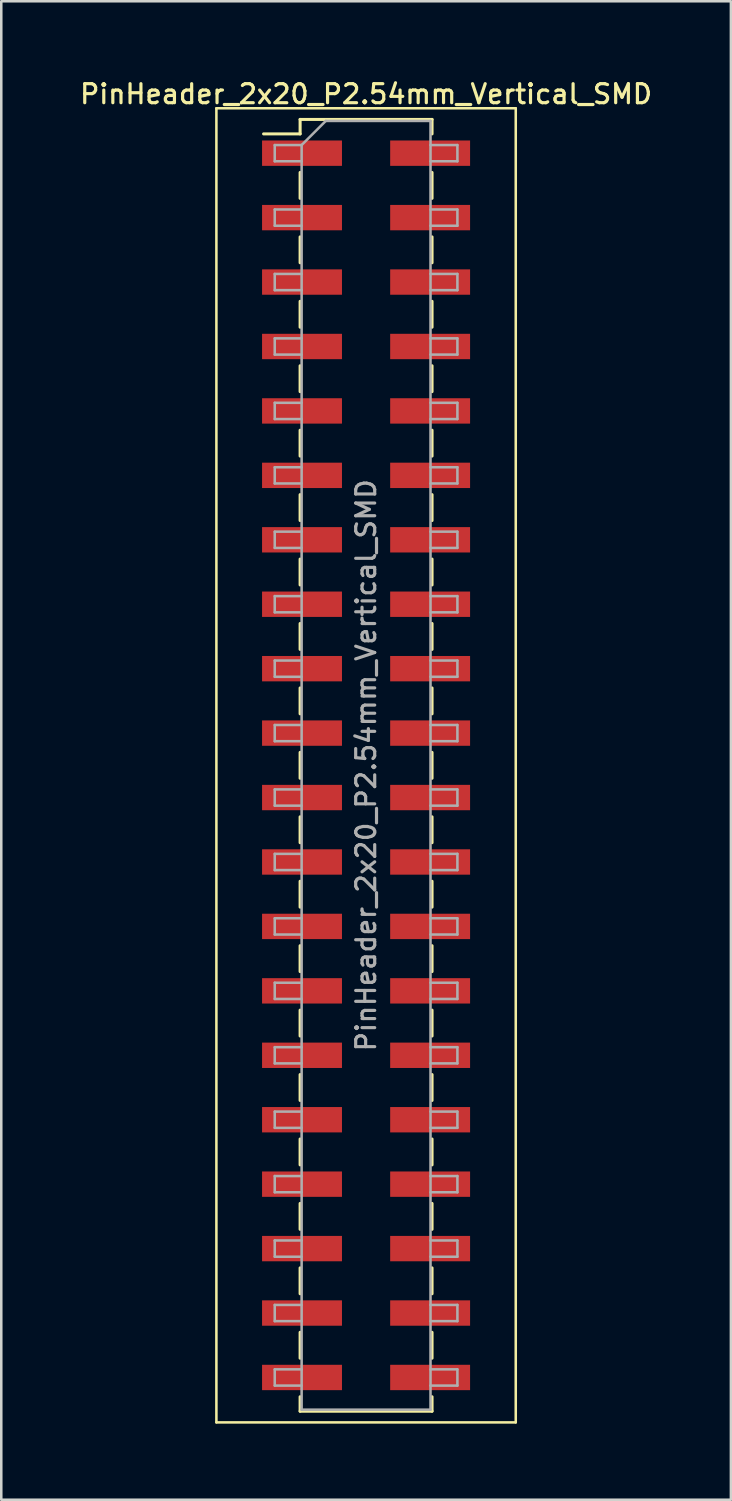
<source format=kicad_pcb>
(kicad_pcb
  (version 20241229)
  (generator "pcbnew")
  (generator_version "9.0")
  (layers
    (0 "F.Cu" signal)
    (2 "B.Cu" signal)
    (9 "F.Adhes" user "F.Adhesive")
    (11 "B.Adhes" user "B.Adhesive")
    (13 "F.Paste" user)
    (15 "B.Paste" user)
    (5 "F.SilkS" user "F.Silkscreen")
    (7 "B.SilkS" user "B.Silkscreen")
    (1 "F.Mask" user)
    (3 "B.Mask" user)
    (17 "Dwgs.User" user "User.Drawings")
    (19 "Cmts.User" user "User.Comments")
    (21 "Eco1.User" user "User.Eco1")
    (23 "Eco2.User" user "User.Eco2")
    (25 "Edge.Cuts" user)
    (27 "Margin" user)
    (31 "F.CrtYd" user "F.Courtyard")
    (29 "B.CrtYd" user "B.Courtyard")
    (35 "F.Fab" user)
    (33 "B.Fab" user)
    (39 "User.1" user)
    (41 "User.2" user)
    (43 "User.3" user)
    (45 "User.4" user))
  (footprint "PinHeader_2x20_P2.54mm_Vertical_SMD"
    (layer "F.Cu")
    (at 11.38 27.118)
    (property "Reference" "PinHeader_2x20_P2.54mm_Vertical_SMD" (at 0 -26.46 0) (layer "F.SilkS") (effects (font (size 0.75 0.75) (thickness 0.125))))
    (attr smd)
    (fp_line (start -5.9 -25.9) (end -5.9 25.9) (stroke (width 0.1) (type solid)) (layer "F.SilkS"))
    (fp_line (start -5.9 25.9) (end 5.9 25.9) (stroke (width 0.1) (type solid)) (layer "F.SilkS"))
    (fp_line (start -4.04 -24.89) (end -2.6 -24.89) (stroke (width 0.12) (type solid)) (layer "F.SilkS"))
    (fp_line (start -2.6 -25.46) (end -2.6 -24.89) (stroke (width 0.12) (type solid)) (layer "F.SilkS"))
    (fp_line (start -2.6 -25.46) (end 2.6 -25.46) (stroke (width 0.12) (type solid)) (layer "F.SilkS"))
    (fp_line (start -2.6 -23.37) (end -2.6 -22.35) (stroke (width 0.12) (type solid)) (layer "F.SilkS"))
    (fp_line (start -2.6 -20.83) (end -2.6 -19.81) (stroke (width 0.12) (type solid)) (layer "F.SilkS"))
    (fp_line (start -2.6 -18.29) (end -2.6 -17.27) (stroke (width 0.12) (type solid)) (layer "F.SilkS"))
    (fp_line (start -2.6 -15.75) (end -2.6 -14.73) (stroke (width 0.12) (type solid)) (layer "F.SilkS"))
    (fp_line (start -2.6 -13.21) (end -2.6 -12.19) (stroke (width 0.12) (type solid)) (layer "F.SilkS"))
    (fp_line (start -2.6 -10.67) (end -2.6 -9.65) (stroke (width 0.12) (type solid)) (layer "F.SilkS"))
    (fp_line (start -2.6 -8.13) (end -2.6 -7.11) (stroke (width 0.12) (type solid)) (layer "F.SilkS"))
    (fp_line (start -2.6 -5.59) (end -2.6 -4.57) (stroke (width 0.12) (type solid)) (layer "F.SilkS"))
    (fp_line (start -2.6 -3.05) (end -2.6 -2.03) (stroke (width 0.12) (type solid)) (layer "F.SilkS"))
    (fp_line (start -2.6 -0.51) (end -2.6 0.51) (stroke (width 0.12) (type solid)) (layer "F.SilkS"))
    (fp_line (start -2.6 2.03) (end -2.6 3.05) (stroke (width 0.12) (type solid)) (layer "F.SilkS"))
    (fp_line (start -2.6 4.57) (end -2.6 5.59) (stroke (width 0.12) (type solid)) (layer "F.SilkS"))
    (fp_line (start -2.6 7.11) (end -2.6 8.13) (stroke (width 0.12) (type solid)) (layer "F.SilkS"))
    (fp_line (start -2.6 9.65) (end -2.6 10.67) (stroke (width 0.12) (type solid)) (layer "F.SilkS"))
    (fp_line (start -2.6 12.19) (end -2.6 13.21) (stroke (width 0.12) (type solid)) (layer "F.SilkS"))
    (fp_line (start -2.6 14.73) (end -2.6 15.75) (stroke (width 0.12) (type solid)) (layer "F.SilkS"))
    (fp_line (start -2.6 17.27) (end -2.6 18.29) (stroke (width 0.12) (type solid)) (layer "F.SilkS"))
    (fp_line (start -2.6 19.81) (end -2.6 20.83) (stroke (width 0.12) (type solid)) (layer "F.SilkS"))
    (fp_line (start -2.6 22.35) (end -2.6 23.37) (stroke (width 0.12) (type solid)) (layer "F.SilkS"))
    (fp_line (start -2.6 24.89) (end -2.6 25.46) (stroke (width 0.12) (type solid)) (layer "F.SilkS"))
    (fp_line (start -2.6 25.46) (end 2.6 25.46) (stroke (width 0.12) (type solid)) (layer "F.SilkS"))
    (fp_line (start 2.6 -25.46) (end 2.6 -24.89) (stroke (width 0.12) (type solid)) (layer "F.SilkS"))
    (fp_line (start 2.6 -23.37) (end 2.6 -22.35) (stroke (width 0.12) (type solid)) (layer "F.SilkS"))
    (fp_line (start 2.6 -20.83) (end 2.6 -19.81) (stroke (width 0.12) (type solid)) (layer "F.SilkS"))
    (fp_line (start 2.6 -18.29) (end 2.6 -17.27) (stroke (width 0.12) (type solid)) (layer "F.SilkS"))
    (fp_line (start 2.6 -15.75) (end 2.6 -14.73) (stroke (width 0.12) (type solid)) (layer "F.SilkS"))
    (fp_line (start 2.6 -13.21) (end 2.6 -12.19) (stroke (width 0.12) (type solid)) (layer "F.SilkS"))
    (fp_line (start 2.6 -10.67) (end 2.6 -9.65) (stroke (width 0.12) (type solid)) (layer "F.SilkS"))
    (fp_line (start 2.6 -8.13) (end 2.6 -7.11) (stroke (width 0.12) (type solid)) (layer "F.SilkS"))
    (fp_line (start 2.6 -5.59) (end 2.6 -4.57) (stroke (width 0.12) (type solid)) (layer "F.SilkS"))
    (fp_line (start 2.6 -3.05) (end 2.6 -2.03) (stroke (width 0.12) (type solid)) (layer "F.SilkS"))
    (fp_line (start 2.6 -0.51) (end 2.6 0.51) (stroke (width 0.12) (type solid)) (layer "F.SilkS"))
    (fp_line (start 2.6 2.03) (end 2.6 3.05) (stroke (width 0.12) (type solid)) (layer "F.SilkS"))
    (fp_line (start 2.6 4.57) (end 2.6 5.59) (stroke (width 0.12) (type solid)) (layer "F.SilkS"))
    (fp_line (start 2.6 7.11) (end 2.6 8.13) (stroke (width 0.12) (type solid)) (layer "F.SilkS"))
    (fp_line (start 2.6 9.65) (end 2.6 10.67) (stroke (width 0.12) (type solid)) (layer "F.SilkS"))
    (fp_line (start 2.6 12.19) (end 2.6 13.21) (stroke (width 0.12) (type solid)) (layer "F.SilkS"))
    (fp_line (start 2.6 14.73) (end 2.6 15.75) (stroke (width 0.12) (type solid)) (layer "F.SilkS"))
    (fp_line (start 2.6 17.27) (end 2.6 18.29) (stroke (width 0.12) (type solid)) (layer "F.SilkS"))
    (fp_line (start 2.6 19.81) (end 2.6 20.83) (stroke (width 0.12) (type solid)) (layer "F.SilkS"))
    (fp_line (start 2.6 22.35) (end 2.6 23.37) (stroke (width 0.12) (type solid)) (layer "F.SilkS"))
    (fp_line (start 2.6 24.89) (end 2.6 25.46) (stroke (width 0.12) (type solid)) (layer "F.SilkS"))
    (fp_line (start 5.9 -25.9) (end -5.9 -25.9) (stroke (width 0.1) (type solid)) (layer "F.SilkS"))
    (fp_line (start 5.9 25.9) (end 5.9 -25.9) (stroke (width 0.1) (type solid)) (layer "F.SilkS"))
    (fp_line (start -3.6 -24.45) (end -3.6 -23.81) (stroke (width 0.1) (type solid)) (layer "F.Fab"))
    (fp_line (start -3.6 -23.81) (end -2.54 -23.81) (stroke (width 0.1) (type solid)) (layer "F.Fab"))
    (fp_line (start -3.6 -21.91) (end -3.6 -21.27) (stroke (width 0.1) (type solid)) (layer "F.Fab"))
    (fp_line (start -3.6 -21.27) (end -2.54 -21.27) (stroke (width 0.1) (type solid)) (layer "F.Fab"))
    (fp_line (start -3.6 -19.37) (end -3.6 -18.73) (stroke (width 0.1) (type solid)) (layer "F.Fab"))
    (fp_line (start -3.6 -18.73) (end -2.54 -18.73) (stroke (width 0.1) (type solid)) (layer "F.Fab"))
    (fp_line (start -3.6 -16.83) (end -3.6 -16.19) (stroke (width 0.1) (type solid)) (layer "F.Fab"))
    (fp_line (start -3.6 -16.19) (end -2.54 -16.19) (stroke (width 0.1) (type solid)) (layer "F.Fab"))
    (fp_line (start -3.6 -14.29) (end -3.6 -13.65) (stroke (width 0.1) (type solid)) (layer "F.Fab"))
    (fp_line (start -3.6 -13.65) (end -2.54 -13.65) (stroke (width 0.1) (type solid)) (layer "F.Fab"))
    (fp_line (start -3.6 -11.75) (end -3.6 -11.11) (stroke (width 0.1) (type solid)) (layer "F.Fab"))
    (fp_line (start -3.6 -11.11) (end -2.54 -11.11) (stroke (width 0.1) (type solid)) (layer "F.Fab"))
    (fp_line (start -3.6 -9.21) (end -3.6 -8.57) (stroke (width 0.1) (type solid)) (layer "F.Fab"))
    (fp_line (start -3.6 -8.57) (end -2.54 -8.57) (stroke (width 0.1) (type solid)) (layer "F.Fab"))
    (fp_line (start -3.6 -6.67) (end -3.6 -6.03) (stroke (width 0.1) (type solid)) (layer "F.Fab"))
    (fp_line (start -3.6 -6.03) (end -2.54 -6.03) (stroke (width 0.1) (type solid)) (layer "F.Fab"))
    (fp_line (start -3.6 -4.13) (end -3.6 -3.49) (stroke (width 0.1) (type solid)) (layer "F.Fab"))
    (fp_line (start -3.6 -3.49) (end -2.54 -3.49) (stroke (width 0.1) (type solid)) (layer "F.Fab"))
    (fp_line (start -3.6 -1.59) (end -3.6 -0.95) (stroke (width 0.1) (type solid)) (layer "F.Fab"))
    (fp_line (start -3.6 -0.95) (end -2.54 -0.95) (stroke (width 0.1) (type solid)) (layer "F.Fab"))
    (fp_line (start -3.6 0.95) (end -3.6 1.59) (stroke (width 0.1) (type solid)) (layer "F.Fab"))
    (fp_line (start -3.6 1.59) (end -2.54 1.59) (stroke (width 0.1) (type solid)) (layer "F.Fab"))
    (fp_line (start -3.6 3.49) (end -3.6 4.13) (stroke (width 0.1) (type solid)) (layer "F.Fab"))
    (fp_line (start -3.6 4.13) (end -2.54 4.13) (stroke (width 0.1) (type solid)) (layer "F.Fab"))
    (fp_line (start -3.6 6.03) (end -3.6 6.67) (stroke (width 0.1) (type solid)) (layer "F.Fab"))
    (fp_line (start -3.6 6.67) (end -2.54 6.67) (stroke (width 0.1) (type solid)) (layer "F.Fab"))
    (fp_line (start -3.6 8.57) (end -3.6 9.21) (stroke (width 0.1) (type solid)) (layer "F.Fab"))
    (fp_line (start -3.6 9.21) (end -2.54 9.21) (stroke (width 0.1) (type solid)) (layer "F.Fab"))
    (fp_line (start -3.6 11.11) (end -3.6 11.75) (stroke (width 0.1) (type solid)) (layer "F.Fab"))
    (fp_line (start -3.6 11.75) (end -2.54 11.75) (stroke (width 0.1) (type solid)) (layer "F.Fab"))
    (fp_line (start -3.6 13.65) (end -3.6 14.29) (stroke (width 0.1) (type solid)) (layer "F.Fab"))
    (fp_line (start -3.6 14.29) (end -2.54 14.29) (stroke (width 0.1) (type solid)) (layer "F.Fab"))
    (fp_line (start -3.6 16.19) (end -3.6 16.83) (stroke (width 0.1) (type solid)) (layer "F.Fab"))
    (fp_line (start -3.6 16.83) (end -2.54 16.83) (stroke (width 0.1) (type solid)) (layer "F.Fab"))
    (fp_line (start -3.6 18.73) (end -3.6 19.37) (stroke (width 0.1) (type solid)) (layer "F.Fab"))
    (fp_line (start -3.6 19.37) (end -2.54 19.37) (stroke (width 0.1) (type solid)) (layer "F.Fab"))
    (fp_line (start -3.6 21.27) (end -3.6 21.91) (stroke (width 0.1) (type solid)) (layer "F.Fab"))
    (fp_line (start -3.6 21.91) (end -2.54 21.91) (stroke (width 0.1) (type solid)) (layer "F.Fab"))
    (fp_line (start -3.6 23.81) (end -3.6 24.45) (stroke (width 0.1) (type solid)) (layer "F.Fab"))
    (fp_line (start -3.6 24.45) (end -2.54 24.45) (stroke (width 0.1) (type solid)) (layer "F.Fab"))
    (fp_line (start -2.54 -24.45) (end -3.6 -24.45) (stroke (width 0.1) (type solid)) (layer "F.Fab"))
    (fp_line (start -2.54 -24.45) (end -1.59 -25.4) (stroke (width 0.1) (type solid)) (layer "F.Fab"))
    (fp_line (start -2.54 -21.91) (end -3.6 -21.91) (stroke (width 0.1) (type solid)) (layer "F.Fab"))
    (fp_line (start -2.54 -19.37) (end -3.6 -19.37) (stroke (width 0.1) (type solid)) (layer "F.Fab"))
    (fp_line (start -2.54 -16.83) (end -3.6 -16.83) (stroke (width 0.1) (type solid)) (layer "F.Fab"))
    (fp_line (start -2.54 -14.29) (end -3.6 -14.29) (stroke (width 0.1) (type solid)) (layer "F.Fab"))
    (fp_line (start -2.54 -11.75) (end -3.6 -11.75) (stroke (width 0.1) (type solid)) (layer "F.Fab"))
    (fp_line (start -2.54 -9.21) (end -3.6 -9.21) (stroke (width 0.1) (type solid)) (layer "F.Fab"))
    (fp_line (start -2.54 -6.67) (end -3.6 -6.67) (stroke (width 0.1) (type solid)) (layer "F.Fab"))
    (fp_line (start -2.54 -4.13) (end -3.6 -4.13) (stroke (width 0.1) (type solid)) (layer "F.Fab"))
    (fp_line (start -2.54 -1.59) (end -3.6 -1.59) (stroke (width 0.1) (type solid)) (layer "F.Fab"))
    (fp_line (start -2.54 0.95) (end -3.6 0.95) (stroke (width 0.1) (type solid)) (layer "F.Fab"))
    (fp_line (start -2.54 3.49) (end -3.6 3.49) (stroke (width 0.1) (type solid)) (layer "F.Fab"))
    (fp_line (start -2.54 6.03) (end -3.6 6.03) (stroke (width 0.1) (type solid)) (layer "F.Fab"))
    (fp_line (start -2.54 8.57) (end -3.6 8.57) (stroke (width 0.1) (type solid)) (layer "F.Fab"))
    (fp_line (start -2.54 11.11) (end -3.6 11.11) (stroke (width 0.1) (type solid)) (layer "F.Fab"))
    (fp_line (start -2.54 13.65) (end -3.6 13.65) (stroke (width 0.1) (type solid)) (layer "F.Fab"))
    (fp_line (start -2.54 16.19) (end -3.6 16.19) (stroke (width 0.1) (type solid)) (layer "F.Fab"))
    (fp_line (start -2.54 18.73) (end -3.6 18.73) (stroke (width 0.1) (type solid)) (layer "F.Fab"))
    (fp_line (start -2.54 21.27) (end -3.6 21.27) (stroke (width 0.1) (type solid)) (layer "F.Fab"))
    (fp_line (start -2.54 23.81) (end -3.6 23.81) (stroke (width 0.1) (type solid)) (layer "F.Fab"))
    (fp_line (start -2.54 25.4) (end -2.54 -24.45) (stroke (width 0.1) (type solid)) (layer "F.Fab"))
    (fp_line (start -1.59 -25.4) (end 2.54 -25.4) (stroke (width 0.1) (type solid)) (layer "F.Fab"))
    (fp_line (start 2.54 -25.4) (end 2.54 25.4) (stroke (width 0.1) (type solid)) (layer "F.Fab"))
    (fp_line (start 2.54 -24.45) (end 3.6 -24.45) (stroke (width 0.1) (type solid)) (layer "F.Fab"))
    (fp_line (start 2.54 -21.91) (end 3.6 -21.91) (stroke (width 0.1) (type solid)) (layer "F.Fab"))
    (fp_line (start 2.54 -19.37) (end 3.6 -19.37) (stroke (width 0.1) (type solid)) (layer "F.Fab"))
    (fp_line (start 2.54 -16.83) (end 3.6 -16.83) (stroke (width 0.1) (type solid)) (layer "F.Fab"))
    (fp_line (start 2.54 -14.29) (end 3.6 -14.29) (stroke (width 0.1) (type solid)) (layer "F.Fab"))
    (fp_line (start 2.54 -11.75) (end 3.6 -11.75) (stroke (width 0.1) (type solid)) (layer "F.Fab"))
    (fp_line (start 2.54 -9.21) (end 3.6 -9.21) (stroke (width 0.1) (type solid)) (layer "F.Fab"))
    (fp_line (start 2.54 -6.67) (end 3.6 -6.67) (stroke (width 0.1) (type solid)) (layer "F.Fab"))
    (fp_line (start 2.54 -4.13) (end 3.6 -4.13) (stroke (width 0.1) (type solid)) (layer "F.Fab"))
    (fp_line (start 2.54 -1.59) (end 3.6 -1.59) (stroke (width 0.1) (type solid)) (layer "F.Fab"))
    (fp_line (start 2.54 0.95) (end 3.6 0.95) (stroke (width 0.1) (type solid)) (layer "F.Fab"))
    (fp_line (start 2.54 3.49) (end 3.6 3.49) (stroke (width 0.1) (type solid)) (layer "F.Fab"))
    (fp_line (start 2.54 6.03) (end 3.6 6.03) (stroke (width 0.1) (type solid)) (layer "F.Fab"))
    (fp_line (start 2.54 8.57) (end 3.6 8.57) (stroke (width 0.1) (type solid)) (layer "F.Fab"))
    (fp_line (start 2.54 11.11) (end 3.6 11.11) (stroke (width 0.1) (type solid)) (layer "F.Fab"))
    (fp_line (start 2.54 13.65) (end 3.6 13.65) (stroke (width 0.1) (type solid)) (layer "F.Fab"))
    (fp_line (start 2.54 16.19) (end 3.6 16.19) (stroke (width 0.1) (type solid)) (layer "F.Fab"))
    (fp_line (start 2.54 18.73) (end 3.6 18.73) (stroke (width 0.1) (type solid)) (layer "F.Fab"))
    (fp_line (start 2.54 21.27) (end 3.6 21.27) (stroke (width 0.1) (type solid)) (layer "F.Fab"))
    (fp_line (start 2.54 23.81) (end 3.6 23.81) (stroke (width 0.1) (type solid)) (layer "F.Fab"))
    (fp_line (start 2.54 25.4) (end -2.54 25.4) (stroke (width 0.1) (type solid)) (layer "F.Fab"))
    (fp_line (start 3.6 -24.45) (end 3.6 -23.81) (stroke (width 0.1) (type solid)) (layer "F.Fab"))
    (fp_line (start 3.6 -23.81) (end 2.54 -23.81) (stroke (width 0.1) (type solid)) (layer "F.Fab"))
    (fp_line (start 3.6 -21.91) (end 3.6 -21.27) (stroke (width 0.1) (type solid)) (layer "F.Fab"))
    (fp_line (start 3.6 -21.27) (end 2.54 -21.27) (stroke (width 0.1) (type solid)) (layer "F.Fab"))
    (fp_line (start 3.6 -19.37) (end 3.6 -18.73) (stroke (width 0.1) (type solid)) (layer "F.Fab"))
    (fp_line (start 3.6 -18.73) (end 2.54 -18.73) (stroke (width 0.1) (type solid)) (layer "F.Fab"))
    (fp_line (start 3.6 -16.83) (end 3.6 -16.19) (stroke (width 0.1) (type solid)) (layer "F.Fab"))
    (fp_line (start 3.6 -16.19) (end 2.54 -16.19) (stroke (width 0.1) (type solid)) (layer "F.Fab"))
    (fp_line (start 3.6 -14.29) (end 3.6 -13.65) (stroke (width 0.1) (type solid)) (layer "F.Fab"))
    (fp_line (start 3.6 -13.65) (end 2.54 -13.65) (stroke (width 0.1) (type solid)) (layer "F.Fab"))
    (fp_line (start 3.6 -11.75) (end 3.6 -11.11) (stroke (width 0.1) (type solid)) (layer "F.Fab"))
    (fp_line (start 3.6 -11.11) (end 2.54 -11.11) (stroke (width 0.1) (type solid)) (layer "F.Fab"))
    (fp_line (start 3.6 -9.21) (end 3.6 -8.57) (stroke (width 0.1) (type solid)) (layer "F.Fab"))
    (fp_line (start 3.6 -8.57) (end 2.54 -8.57) (stroke (width 0.1) (type solid)) (layer "F.Fab"))
    (fp_line (start 3.6 -6.67) (end 3.6 -6.03) (stroke (width 0.1) (type solid)) (layer "F.Fab"))
    (fp_line (start 3.6 -6.03) (end 2.54 -6.03) (stroke (width 0.1) (type solid)) (layer "F.Fab"))
    (fp_line (start 3.6 -4.13) (end 3.6 -3.49) (stroke (width 0.1) (type solid)) (layer "F.Fab"))
    (fp_line (start 3.6 -3.49) (end 2.54 -3.49) (stroke (width 0.1) (type solid)) (layer "F.Fab"))
    (fp_line (start 3.6 -1.59) (end 3.6 -0.95) (stroke (width 0.1) (type solid)) (layer "F.Fab"))
    (fp_line (start 3.6 -0.95) (end 2.54 -0.95) (stroke (width 0.1) (type solid)) (layer "F.Fab"))
    (fp_line (start 3.6 0.95) (end 3.6 1.59) (stroke (width 0.1) (type solid)) (layer "F.Fab"))
    (fp_line (start 3.6 1.59) (end 2.54 1.59) (stroke (width 0.1) (type solid)) (layer "F.Fab"))
    (fp_line (start 3.6 3.49) (end 3.6 4.13) (stroke (width 0.1) (type solid)) (layer "F.Fab"))
    (fp_line (start 3.6 4.13) (end 2.54 4.13) (stroke (width 0.1) (type solid)) (layer "F.Fab"))
    (fp_line (start 3.6 6.03) (end 3.6 6.67) (stroke (width 0.1) (type solid)) (layer "F.Fab"))
    (fp_line (start 3.6 6.67) (end 2.54 6.67) (stroke (width 0.1) (type solid)) (layer "F.Fab"))
    (fp_line (start 3.6 8.57) (end 3.6 9.21) (stroke (width 0.1) (type solid)) (layer "F.Fab"))
    (fp_line (start 3.6 9.21) (end 2.54 9.21) (stroke (width 0.1) (type solid)) (layer "F.Fab"))
    (fp_line (start 3.6 11.11) (end 3.6 11.75) (stroke (width 0.1) (type solid)) (layer "F.Fab"))
    (fp_line (start 3.6 11.75) (end 2.54 11.75) (stroke (width 0.1) (type solid)) (layer "F.Fab"))
    (fp_line (start 3.6 13.65) (end 3.6 14.29) (stroke (width 0.1) (type solid)) (layer "F.Fab"))
    (fp_line (start 3.6 14.29) (end 2.54 14.29) (stroke (width 0.1) (type solid)) (layer "F.Fab"))
    (fp_line (start 3.6 16.19) (end 3.6 16.83) (stroke (width 0.1) (type solid)) (layer "F.Fab"))
    (fp_line (start 3.6 16.83) (end 2.54 16.83) (stroke (width 0.1) (type solid)) (layer "F.Fab"))
    (fp_line (start 3.6 18.73) (end 3.6 19.37) (stroke (width 0.1) (type solid)) (layer "F.Fab"))
    (fp_line (start 3.6 19.37) (end 2.54 19.37) (stroke (width 0.1) (type solid)) (layer "F.Fab"))
    (fp_line (start 3.6 21.27) (end 3.6 21.91) (stroke (width 0.1) (type solid)) (layer "F.Fab"))
    (fp_line (start 3.6 21.91) (end 2.54 21.91) (stroke (width 0.1) (type solid)) (layer "F.Fab"))
    (fp_line (start 3.6 23.81) (end 3.6 24.45) (stroke (width 0.1) (type solid)) (layer "F.Fab"))
    (fp_line (start 3.6 24.45) (end 2.54 24.45) (stroke (width 0.1) (type solid)) (layer "F.Fab"))
    (fp_text user "${REFERENCE}" (at 0 0 90) (layer "F.Fab") (effects (font (size 0.75 0.75) (thickness 0.125))))
    (pad "1" smd rect (at -2.525 -24.13) (size 3.15 1) (layers "F.Cu" "F.Mask" "F.Paste"))
    (pad "2" smd rect (at 2.525 -24.13) (size 3.15 1) (layers "F.Cu" "F.Mask" "F.Paste"))
    (pad "3" smd rect (at -2.525 -21.59) (size 3.15 1) (layers "F.Cu" "F.Mask" "F.Paste"))
    (pad "4" smd rect (at 2.525 -21.59) (size 3.15 1) (layers "F.Cu" "F.Mask" "F.Paste"))
    (pad "5" smd rect (at -2.525 -19.05) (size 3.15 1) (layers "F.Cu" "F.Mask" "F.Paste"))
    (pad "6" smd rect (at 2.525 -19.05) (size 3.15 1) (layers "F.Cu" "F.Mask" "F.Paste"))
    (pad "7" smd rect (at -2.525 -16.51) (size 3.15 1) (layers "F.Cu" "F.Mask" "F.Paste"))
    (pad "8" smd rect (at 2.525 -16.51) (size 3.15 1) (layers "F.Cu" "F.Mask" "F.Paste"))
    (pad "9" smd rect (at -2.525 -13.97) (size 3.15 1) (layers "F.Cu" "F.Mask" "F.Paste"))
    (pad "10" smd rect (at 2.525 -13.97) (size 3.15 1) (layers "F.Cu" "F.Mask" "F.Paste"))
    (pad "11" smd rect (at -2.525 -11.43) (size 3.15 1) (layers "F.Cu" "F.Mask" "F.Paste"))
    (pad "12" smd rect (at 2.525 -11.43) (size 3.15 1) (layers "F.Cu" "F.Mask" "F.Paste"))
    (pad "13" smd rect (at -2.525 -8.89) (size 3.15 1) (layers "F.Cu" "F.Mask" "F.Paste"))
    (pad "14" smd rect (at 2.525 -8.89) (size 3.15 1) (layers "F.Cu" "F.Mask" "F.Paste"))
    (pad "15" smd rect (at -2.525 -6.35) (size 3.15 1) (layers "F.Cu" "F.Mask" "F.Paste"))
    (pad "16" smd rect (at 2.525 -6.35) (size 3.15 1) (layers "F.Cu" "F.Mask" "F.Paste"))
    (pad "17" smd rect (at -2.525 -3.81) (size 3.15 1) (layers "F.Cu" "F.Mask" "F.Paste"))
    (pad "18" smd rect (at 2.525 -3.81) (size 3.15 1) (layers "F.Cu" "F.Mask" "F.Paste"))
    (pad "19" smd rect (at -2.525 -1.27) (size 3.15 1) (layers "F.Cu" "F.Mask" "F.Paste"))
    (pad "20" smd rect (at 2.525 -1.27) (size 3.15 1) (layers "F.Cu" "F.Mask" "F.Paste"))
    (pad "21" smd rect (at -2.525 1.27) (size 3.15 1) (layers "F.Cu" "F.Mask" "F.Paste"))
    (pad "22" smd rect (at 2.525 1.27) (size 3.15 1) (layers "F.Cu" "F.Mask" "F.Paste"))
    (pad "23" smd rect (at -2.525 3.81) (size 3.15 1) (layers "F.Cu" "F.Mask" "F.Paste"))
    (pad "24" smd rect (at 2.525 3.81) (size 3.15 1) (layers "F.Cu" "F.Mask" "F.Paste"))
    (pad "25" smd rect (at -2.525 6.35) (size 3.15 1) (layers "F.Cu" "F.Mask" "F.Paste"))
    (pad "26" smd rect (at 2.525 6.35) (size 3.15 1) (layers "F.Cu" "F.Mask" "F.Paste"))
    (pad "27" smd rect (at -2.525 8.89) (size 3.15 1) (layers "F.Cu" "F.Mask" "F.Paste"))
    (pad "28" smd rect (at 2.525 8.89) (size 3.15 1) (layers "F.Cu" "F.Mask" "F.Paste"))
    (pad "29" smd rect (at -2.525 11.43) (size 3.15 1) (layers "F.Cu" "F.Mask" "F.Paste"))
    (pad "30" smd rect (at 2.525 11.43) (size 3.15 1) (layers "F.Cu" "F.Mask" "F.Paste"))
    (pad "31" smd rect (at -2.525 13.97) (size 3.15 1) (layers "F.Cu" "F.Mask" "F.Paste"))
    (pad "32" smd rect (at 2.525 13.97) (size 3.15 1) (layers "F.Cu" "F.Mask" "F.Paste"))
    (pad "33" smd rect (at -2.525 16.51) (size 3.15 1) (layers "F.Cu" "F.Mask" "F.Paste"))
    (pad "34" smd rect (at 2.525 16.51) (size 3.15 1) (layers "F.Cu" "F.Mask" "F.Paste"))
    (pad "35" smd rect (at -2.525 19.05) (size 3.15 1) (layers "F.Cu" "F.Mask" "F.Paste"))
    (pad "36" smd rect (at 2.525 19.05) (size 3.15 1) (layers "F.Cu" "F.Mask" "F.Paste"))
    (pad "37" smd rect (at -2.525 21.59) (size 3.15 1) (layers "F.Cu" "F.Mask" "F.Paste"))
    (pad "38" smd rect (at 2.525 21.59) (size 3.15 1) (layers "F.Cu" "F.Mask" "F.Paste"))
    (pad "39" smd rect (at -2.525 24.13) (size 3.15 1) (layers "F.Cu" "F.Mask" "F.Paste"))
    (pad "40" smd rect (at 2.525 24.13) (size 3.15 1) (layers "F.Cu" "F.Mask" "F.Paste")))
  (gr_rect
    (start -3 -3)
    (end 25.761 56.068)
    (stroke (width 0.1) (type default))
    (fill no)
    (layer "Edge.Cuts")))
</source>
